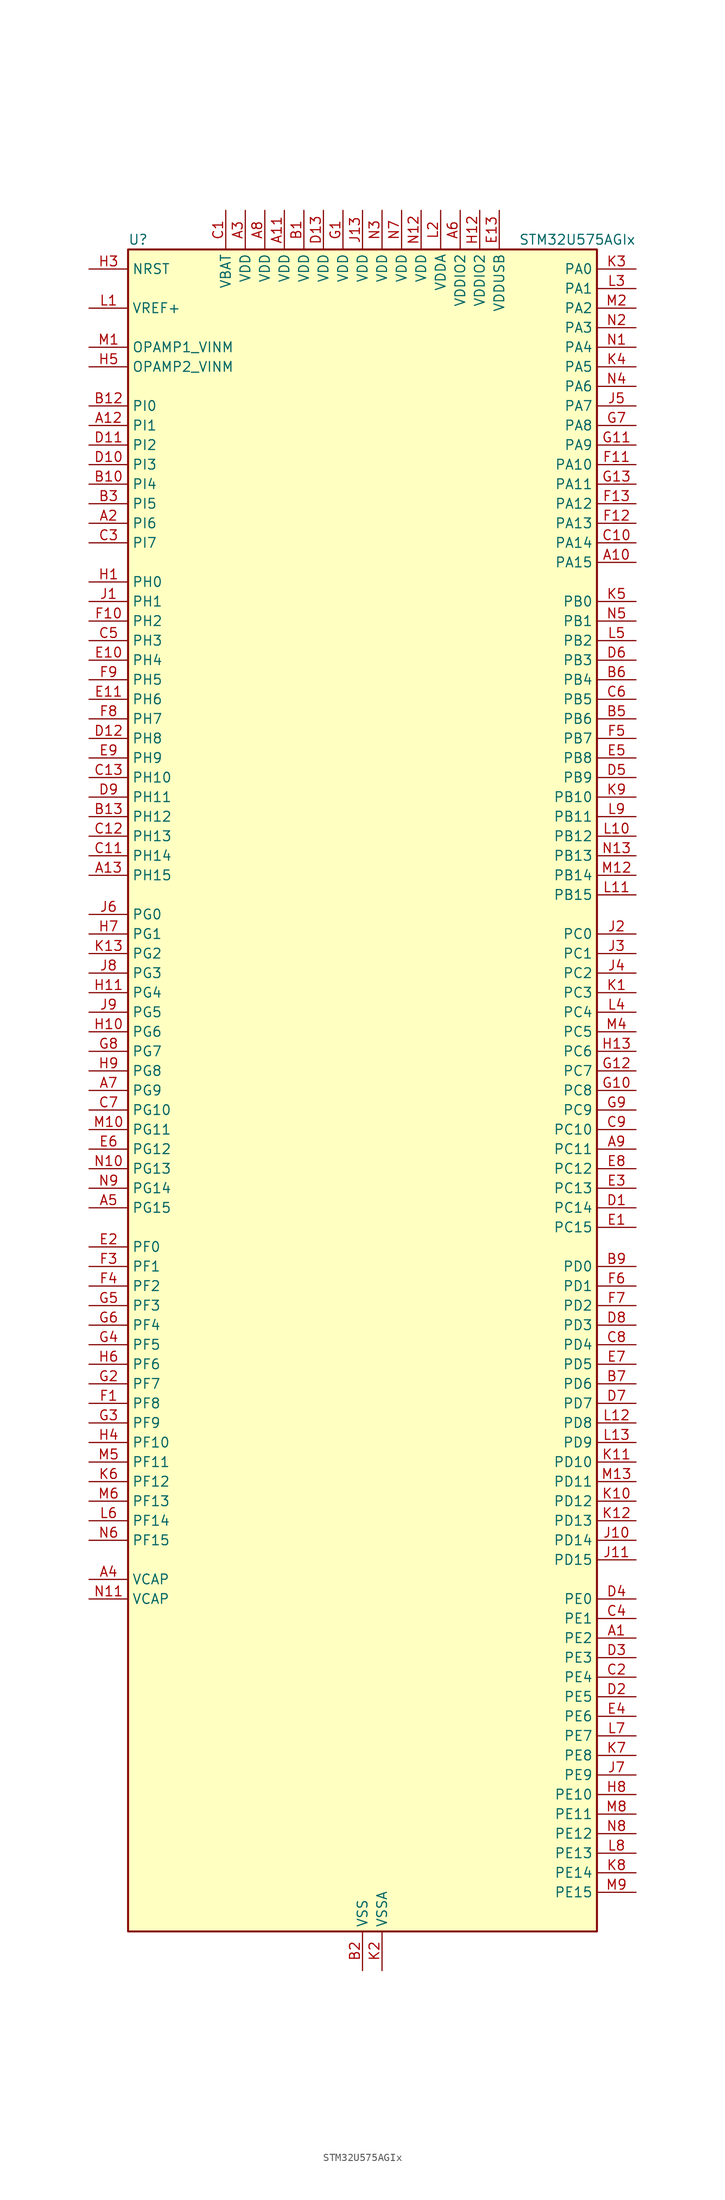
<source format=kicad_sym>
(kicad_symbol_lib
  (version 20211014)
  (generator kicad-library-utils)
  (symbol "STM32U575AGIx"
    (property "Reference" "U"
      (at -30.48 110.49 0)
      (effects (font (size 1.27 1.27)) (justify left)))
    (property "Value" "STM32U575AGIx"
      (at 20.32 110.49 0)
      (effects (font (size 1.27 1.27)) (justify left)))
    (property "ki_fp_filters" "*UFBGA*7x7mm*Layout13x13*P0.5mm*"
      (at 0.0 0.0 0.0)
      (effects (font (size 1.27 1.27))))
    (symbol "STM32U575AGIx_0_1"
      (rectangle (start -30.48 -109.22) (end 30.48 109.22) (stroke (width 0.254)) (fill (type background))))
    (symbol "STM32U575AGIx_1_1"
      (pin input line (at -35.56 106.68 0) (length 5.08) (name "NRST" (effects (font (size 1.27 1.27)))) (number "H3" (effects (font (size 1.27 1.27)))))
      (pin input line (at -35.56 101.6 0) (length 5.08) (name "VREF+" (effects (font (size 1.27 1.27)))) (number "L1" (effects (font (size 1.27 1.27)))) (alternate "VREFBUF_OUT" bidirectional line))
      (pin bidirectional line (at -35.56 96.52 0) (length 5.08) (name "OPAMP1_VINM" (effects (font (size 1.27 1.27)))) (number "M1" (effects (font (size 1.27 1.27)))) (alternate "OPAMP1_VINM" bidirectional line))
      (pin bidirectional line (at -35.56 93.98 0) (length 5.08) (name "OPAMP2_VINM" (effects (font (size 1.27 1.27)))) (number "H5" (effects (font (size 1.27 1.27)))) (alternate "OPAMP2_VINM" bidirectional line))
      (pin bidirectional line (at -35.56 88.9 0) (length 5.08) (name "PI0" (effects (font (size 1.27 1.27)))) (number "B12" (effects (font (size 1.27 1.27)))) (alternate "DCMI_D13" bidirectional line) (alternate "OCTOSPIM_P1_IO5" bidirectional line) (alternate "PSSI_D13" bidirectional line) (alternate "SPI2_NSS" bidirectional line) (alternate "TIM5_CH4" bidirectional line))
      (pin bidirectional line (at -35.56 86.36 0) (length 5.08) (name "PI1" (effects (font (size 1.27 1.27)))) (number "A12" (effects (font (size 1.27 1.27)))) (alternate "DCMI_D8" bidirectional line) (alternate "OCTOSPIM_P2_IO2" bidirectional line) (alternate "PSSI_D8" bidirectional line) (alternate "SPI2_SCK" bidirectional line))
      (pin bidirectional line (at -35.56 83.82 0) (length 5.08) (name "PI2" (effects (font (size 1.27 1.27)))) (number "D11" (effects (font (size 1.27 1.27)))) (alternate "DCMI_D9" bidirectional line) (alternate "OCTOSPIM_P2_IO1" bidirectional line) (alternate "PSSI_D9" bidirectional line) (alternate "SPI2_MISO" bidirectional line) (alternate "TIM8_CH4" bidirectional line))
      (pin bidirectional line (at -35.56 81.28 0) (length 5.08) (name "PI3" (effects (font (size 1.27 1.27)))) (number "D10" (effects (font (size 1.27 1.27)))) (alternate "DCMI_D10" bidirectional line) (alternate "OCTOSPIM_P2_IO0" bidirectional line) (alternate "PSSI_D10" bidirectional line) (alternate "SPI2_MOSI" bidirectional line) (alternate "TIM8_ETR" bidirectional line))
      (pin bidirectional line (at -35.56 78.74 0) (length 5.08) (name "PI4" (effects (font (size 1.27 1.27)))) (number "B10" (effects (font (size 1.27 1.27)))) (alternate "DCMI_D5" bidirectional line) (alternate "PSSI_D5" bidirectional line) (alternate "SPI2_RDY" bidirectional line) (alternate "TIM8_BKIN" bidirectional line))
      (pin bidirectional line (at -35.56 76.2 0) (length 5.08) (name "PI5" (effects (font (size 1.27 1.27)))) (number "B3" (effects (font (size 1.27 1.27)))) (alternate "DCMI_VSYNC" bidirectional line) (alternate "OCTOSPIM_P2_NCS" bidirectional line) (alternate "PSSI_RDY" bidirectional line) (alternate "TIM8_CH1" bidirectional line))
      (pin bidirectional line (at -35.56 73.66 0) (length 5.08) (name "PI6" (effects (font (size 1.27 1.27)))) (number "A2" (effects (font (size 1.27 1.27)))) (alternate "DCMI_D6" bidirectional line) (alternate "OCTOSPIM_P2_CLK" bidirectional line) (alternate "PSSI_D6" bidirectional line) (alternate "TIM8_CH2" bidirectional line))
      (pin bidirectional line (at -35.56 71.12 0) (length 5.08) (name "PI7" (effects (font (size 1.27 1.27)))) (number "C3" (effects (font (size 1.27 1.27)))) (alternate "DCMI_D7" bidirectional line) (alternate "OCTOSPIM_P2_NCLK" bidirectional line) (alternate "PSSI_D7" bidirectional line) (alternate "TIM8_CH3" bidirectional line))
      (pin bidirectional line (at -35.56 66.04 0) (length 5.08) (name "PH0" (effects (font (size 1.27 1.27)))) (number "H1" (effects (font (size 1.27 1.27)))) (alternate "RCC_OSC_IN" bidirectional line))
      (pin bidirectional line (at -35.56 63.5 0) (length 5.08) (name "PH1" (effects (font (size 1.27 1.27)))) (number "J1" (effects (font (size 1.27 1.27)))) (alternate "RCC_OSC_OUT" bidirectional line))
      (pin bidirectional line (at -35.56 60.96 0) (length 5.08) (name "PH2" (effects (font (size 1.27 1.27)))) (number "F10" (effects (font (size 1.27 1.27)))) (alternate "OCTOSPIM_P1_IO4" bidirectional line))
      (pin bidirectional line (at -35.56 58.42 0) (length 5.08) (name "PH3" (effects (font (size 1.27 1.27)))) (number "C5" (effects (font (size 1.27 1.27)))))
      (pin bidirectional line (at -35.56 55.88 0) (length 5.08) (name "PH4" (effects (font (size 1.27 1.27)))) (number "E10" (effects (font (size 1.27 1.27)))) (alternate "I2C2_SCL" bidirectional line) (alternate "OCTOSPIM_P2_DQS" bidirectional line) (alternate "PSSI_D14" bidirectional line))
      (pin bidirectional line (at -35.56 53.34 0) (length 5.08) (name "PH5" (effects (font (size 1.27 1.27)))) (number "F9" (effects (font (size 1.27 1.27)))) (alternate "DCMI_PIXCLK" bidirectional line) (alternate "I2C2_SDA" bidirectional line) (alternate "PSSI_PDCK" bidirectional line))
      (pin bidirectional line (at -35.56 50.8 0) (length 5.08) (name "PH6" (effects (font (size 1.27 1.27)))) (number "E11" (effects (font (size 1.27 1.27)))) (alternate "DCMI_D8" bidirectional line) (alternate "I2C2_SMBA" bidirectional line) (alternate "OCTOSPIM_P2_CLK" bidirectional line) (alternate "PSSI_D8" bidirectional line))
      (pin bidirectional line (at -35.56 48.26 0) (length 5.08) (name "PH7" (effects (font (size 1.27 1.27)))) (number "F8" (effects (font (size 1.27 1.27)))) (alternate "DCMI_D9" bidirectional line) (alternate "I2C3_SCL" bidirectional line) (alternate "OCTOSPIM_P2_NCLK" bidirectional line) (alternate "PSSI_D9" bidirectional line))
      (pin bidirectional line (at -35.56 45.72 0) (length 5.08) (name "PH8" (effects (font (size 1.27 1.27)))) (number "D12" (effects (font (size 1.27 1.27)))) (alternate "DCMI_HSYNC" bidirectional line) (alternate "I2C3_SDA" bidirectional line) (alternate "OCTOSPIM_P2_IO3" bidirectional line) (alternate "PSSI_DE" bidirectional line))
      (pin bidirectional line (at -35.56 43.18 0) (length 5.08) (name "PH9" (effects (font (size 1.27 1.27)))) (number "E9" (effects (font (size 1.27 1.27)))) (alternate "DAC1_EXTI9" bidirectional line) (alternate "DCMI_D0" bidirectional line) (alternate "I2C3_SMBA" bidirectional line) (alternate "OCTOSPIM_P2_IO4" bidirectional line) (alternate "PSSI_D0" bidirectional line))
      (pin bidirectional line (at -35.56 40.64 0) (length 5.08) (name "PH10" (effects (font (size 1.27 1.27)))) (number "C13" (effects (font (size 1.27 1.27)))) (alternate "DCMI_D1" bidirectional line) (alternate "OCTOSPIM_P2_IO5" bidirectional line) (alternate "PSSI_D1" bidirectional line) (alternate "TIM5_CH1" bidirectional line))
      (pin bidirectional line (at -35.56 38.1 0) (length 5.08) (name "PH11" (effects (font (size 1.27 1.27)))) (number "D9" (effects (font (size 1.27 1.27)))) (alternate "ADC1_EXTI11" bidirectional line) (alternate "DCMI_D2" bidirectional line) (alternate "OCTOSPIM_P2_IO6" bidirectional line) (alternate "PSSI_D2" bidirectional line) (alternate "TIM5_CH2" bidirectional line))
      (pin bidirectional line (at -35.56 35.56 0) (length 5.08) (name "PH12" (effects (font (size 1.27 1.27)))) (number "B13" (effects (font (size 1.27 1.27)))) (alternate "DCMI_D3" bidirectional line) (alternate "OCTOSPIM_P2_IO7" bidirectional line) (alternate "PSSI_D3" bidirectional line) (alternate "TIM5_CH3" bidirectional line) (alternate "TIM8_CH4N" bidirectional line))
      (pin bidirectional line (at -35.56 33.02 0) (length 5.08) (name "PH13" (effects (font (size 1.27 1.27)))) (number "C12" (effects (font (size 1.27 1.27)))) (alternate "FDCAN1_TX" bidirectional line) (alternate "TIM8_CH1N" bidirectional line))
      (pin bidirectional line (at -35.56 30.48 0) (length 5.08) (name "PH14" (effects (font (size 1.27 1.27)))) (number "C11" (effects (font (size 1.27 1.27)))) (alternate "DCMI_D4" bidirectional line) (alternate "FDCAN1_RX" bidirectional line) (alternate "PSSI_D4" bidirectional line) (alternate "TIM8_CH2N" bidirectional line))
      (pin bidirectional line (at -35.56 27.94 0) (length 5.08) (name "PH15" (effects (font (size 1.27 1.27)))) (number "A13" (effects (font (size 1.27 1.27)))) (alternate "ADC1_EXTI15" bidirectional line) (alternate "ADC4_EXTI15" bidirectional line) (alternate "DCMI_D11" bidirectional line) (alternate "OCTOSPIM_P2_IO6" bidirectional line) (alternate "PSSI_D11" bidirectional line) (alternate "TIM8_CH3N" bidirectional line))
      (pin bidirectional line (at -35.56 22.86 0) (length 5.08) (name "PG0" (effects (font (size 1.27 1.27)))) (number "J6" (effects (font (size 1.27 1.27)))) (alternate "ADC4_IN7" bidirectional line) (alternate "FMC_A10" bidirectional line) (alternate "OCTOSPIM_P2_IO4" bidirectional line) (alternate "TSC_G8_IO3" bidirectional line))
      (pin bidirectional line (at -35.56 20.32 0) (length 5.08) (name "PG1" (effects (font (size 1.27 1.27)))) (number "H7" (effects (font (size 1.27 1.27)))) (alternate "ADC4_IN8" bidirectional line) (alternate "FMC_A11" bidirectional line) (alternate "OCTOSPIM_P2_IO5" bidirectional line) (alternate "TSC_G8_IO4" bidirectional line))
      (pin bidirectional line (at -35.56 17.78 0) (length 5.08) (name "PG2" (effects (font (size 1.27 1.27)))) (number "K13" (effects (font (size 1.27 1.27)))) (alternate "FMC_A12" bidirectional line) (alternate "SAI2_SCK_B" bidirectional line) (alternate "SPI1_SCK" bidirectional line))
      (pin bidirectional line (at -35.56 15.24 0) (length 5.08) (name "PG3" (effects (font (size 1.27 1.27)))) (number "J8" (effects (font (size 1.27 1.27)))) (alternate "FMC_A13" bidirectional line) (alternate "SAI2_FS_B" bidirectional line) (alternate "SPI1_MISO" bidirectional line))
      (pin bidirectional line (at -35.56 12.7 0) (length 5.08) (name "PG4" (effects (font (size 1.27 1.27)))) (number "H11" (effects (font (size 1.27 1.27)))) (alternate "FMC_A14" bidirectional line) (alternate "SAI2_MCLK_B" bidirectional line) (alternate "SPI1_MOSI" bidirectional line))
      (pin bidirectional line (at -35.56 10.16 0) (length 5.08) (name "PG5" (effects (font (size 1.27 1.27)))) (number "J9" (effects (font (size 1.27 1.27)))) (alternate "FMC_A15" bidirectional line) (alternate "LPUART1_CTS" bidirectional line) (alternate "SAI2_SD_B" bidirectional line) (alternate "SPI1_NSS" bidirectional line))
      (pin bidirectional line (at -35.56 7.62 0) (length 5.08) (name "PG6" (effects (font (size 1.27 1.27)))) (number "H10" (effects (font (size 1.27 1.27)))) (alternate "I2C3_SMBA" bidirectional line) (alternate "LPUART1_DE" bidirectional line) (alternate "LPUART1_RTS" bidirectional line) (alternate "OCTOSPIM_P1_DQS" bidirectional line) (alternate "SPI1_RDY" bidirectional line) (alternate "UCPD1_FRSTX1" bidirectional line))
      (pin bidirectional line (at -35.56 5.08 0) (length 5.08) (name "PG7" (effects (font (size 1.27 1.27)))) (number "G8" (effects (font (size 1.27 1.27)))) (alternate "FMC_INT" bidirectional line) (alternate "I2C3_SCL" bidirectional line) (alternate "LPUART1_TX" bidirectional line) (alternate "MDF1_CCK0" bidirectional line) (alternate "OCTOSPIM_P2_DQS" bidirectional line) (alternate "SAI1_CK1" bidirectional line) (alternate "SAI1_MCLK_A" bidirectional line) (alternate "UCPD1_FRSTX2" bidirectional line))
      (pin bidirectional line (at -35.56 2.54 0) (length 5.08) (name "PG8" (effects (font (size 1.27 1.27)))) (number "H9" (effects (font (size 1.27 1.27)))) (alternate "I2C3_SDA" bidirectional line) (alternate "LPUART1_RX" bidirectional line))
      (pin bidirectional line (at -35.56 0.0 0) (length 5.08) (name "PG9" (effects (font (size 1.27 1.27)))) (number "A7" (effects (font (size 1.27 1.27)))) (alternate "DAC1_EXTI9" bidirectional line) (alternate "FMC_NCE" bidirectional line) (alternate "FMC_NE2" bidirectional line) (alternate "OCTOSPIM_P2_IO6" bidirectional line) (alternate "SAI2_SCK_A" bidirectional line) (alternate "SPI3_SCK" bidirectional line) (alternate "TIM15_CH1N" bidirectional line) (alternate "USART1_TX" bidirectional line))
      (pin bidirectional line (at -35.56 -2.54 0) (length 5.08) (name "PG10" (effects (font (size 1.27 1.27)))) (number "C7" (effects (font (size 1.27 1.27)))) (alternate "FMC_NE3" bidirectional line) (alternate "LPTIM1_IN1" bidirectional line) (alternate "OCTOSPIM_P2_IO7" bidirectional line) (alternate "SAI2_FS_A" bidirectional line) (alternate "SPI3_MISO" bidirectional line) (alternate "TIM15_CH1" bidirectional line) (alternate "USART1_RX" bidirectional line))
      (pin bidirectional line (at -35.56 -5.08 0) (length 5.08) (name "PG11" (effects (font (size 1.27 1.27)))) (number "M10" (effects (font (size 1.27 1.27)))) (alternate "ADC1_EXTI11" bidirectional line) (alternate "LPTIM1_IN2" bidirectional line) (alternate "OCTOSPIM_P1_IO5" bidirectional line) (alternate "SAI2_MCLK_A" bidirectional line) (alternate "SPI3_MOSI" bidirectional line) (alternate "TIM15_CH2" bidirectional line) (alternate "USART1_CTS" bidirectional line))
      (pin bidirectional line (at -35.56 -7.62 0) (length 5.08) (name "PG12" (effects (font (size 1.27 1.27)))) (number "E6" (effects (font (size 1.27 1.27)))) (alternate "FMC_NE4" bidirectional line) (alternate "LPTIM1_ETR" bidirectional line) (alternate "OCTOSPIM_P2_NCS" bidirectional line) (alternate "SAI2_SD_A" bidirectional line) (alternate "SPI3_NSS" bidirectional line) (alternate "USART1_DE" bidirectional line) (alternate "USART1_RTS" bidirectional line))
      (pin bidirectional line (at -35.56 -10.16 0) (length 5.08) (name "PG13" (effects (font (size 1.27 1.27)))) (number "N10" (effects (font (size 1.27 1.27)))) (alternate "FMC_A24" bidirectional line) (alternate "I2C1_SDA" bidirectional line) (alternate "SPI3_RDY" bidirectional line) (alternate "USART1_CK" bidirectional line))
      (pin bidirectional line (at -35.56 -12.7 0) (length 5.08) (name "PG14" (effects (font (size 1.27 1.27)))) (number "N9" (effects (font (size 1.27 1.27)))) (alternate "FMC_A25" bidirectional line) (alternate "I2C1_SCL" bidirectional line) (alternate "LPTIM1_CH2" bidirectional line))
      (pin bidirectional line (at -35.56 -15.24 0) (length 5.08) (name "PG15" (effects (font (size 1.27 1.27)))) (number "A5" (effects (font (size 1.27 1.27)))) (alternate "ADC1_EXTI15" bidirectional line) (alternate "ADC4_EXTI15" bidirectional line) (alternate "DCMI_D13" bidirectional line) (alternate "I2C1_SMBA" bidirectional line) (alternate "LPTIM1_CH1" bidirectional line) (alternate "OCTOSPIM_P2_DQS" bidirectional line) (alternate "PSSI_D13" bidirectional line))
      (pin bidirectional line (at -35.56 -20.32 0) (length 5.08) (name "PF0" (effects (font (size 1.27 1.27)))) (number "E2" (effects (font (size 1.27 1.27)))) (alternate "FMC_A0" bidirectional line) (alternate "I2C2_SDA" bidirectional line) (alternate "OCTOSPIM_P2_IO0" bidirectional line))
      (pin bidirectional line (at -35.56 -22.86 0) (length 5.08) (name "PF1" (effects (font (size 1.27 1.27)))) (number "F3" (effects (font (size 1.27 1.27)))) (alternate "FMC_A1" bidirectional line) (alternate "I2C2_SCL" bidirectional line) (alternate "OCTOSPIM_P2_IO1" bidirectional line))
      (pin bidirectional line (at -35.56 -25.4 0) (length 5.08) (name "PF2" (effects (font (size 1.27 1.27)))) (number "F4" (effects (font (size 1.27 1.27)))) (alternate "FMC_A2" bidirectional line) (alternate "I2C2_SMBA" bidirectional line) (alternate "LPTIM3_CH2" bidirectional line) (alternate "OCTOSPIM_P2_IO2" bidirectional line) (alternate "PWR_WKUP8" bidirectional line))
      (pin bidirectional line (at -35.56 -27.94 0) (length 5.08) (name "PF3" (effects (font (size 1.27 1.27)))) (number "G5" (effects (font (size 1.27 1.27)))) (alternate "FMC_A3" bidirectional line) (alternate "LPTIM3_IN1" bidirectional line) (alternate "OCTOSPIM_P2_IO3" bidirectional line))
      (pin bidirectional line (at -35.56 -30.48 0) (length 5.08) (name "PF4" (effects (font (size 1.27 1.27)))) (number "G6" (effects (font (size 1.27 1.27)))) (alternate "FMC_A4" bidirectional line) (alternate "LPTIM3_ETR" bidirectional line) (alternate "OCTOSPIM_P2_CLK" bidirectional line))
      (pin bidirectional line (at -35.56 -33.02 0) (length 5.08) (name "PF5" (effects (font (size 1.27 1.27)))) (number "G4" (effects (font (size 1.27 1.27)))) (alternate "FMC_A5" bidirectional line) (alternate "LPTIM3_CH1" bidirectional line) (alternate "OCTOSPIM_P2_NCLK" bidirectional line))
      (pin bidirectional line (at -35.56 -35.56 0) (length 5.08) (name "PF6" (effects (font (size 1.27 1.27)))) (number "H6" (effects (font (size 1.27 1.27)))) (alternate "DCMI_D12" bidirectional line) (alternate "OCTOSPIM_P1_IO3" bidirectional line) (alternate "OCTOSPIM_P2_NCS" bidirectional line) (alternate "PSSI_D12" bidirectional line) (alternate "SAI1_SD_B" bidirectional line) (alternate "TIM5_CH1" bidirectional line) (alternate "TIM5_ETR" bidirectional line))
      (pin bidirectional line (at -35.56 -38.1 0) (length 5.08) (name "PF7" (effects (font (size 1.27 1.27)))) (number "G2" (effects (font (size 1.27 1.27)))) (alternate "FDCAN1_RX" bidirectional line) (alternate "OCTOSPIM_P1_IO2" bidirectional line) (alternate "SAI1_MCLK_B" bidirectional line) (alternate "TIM5_CH2" bidirectional line))
      (pin bidirectional line (at -35.56 -40.64 0) (length 5.08) (name "PF8" (effects (font (size 1.27 1.27)))) (number "F1" (effects (font (size 1.27 1.27)))) (alternate "FDCAN1_TX" bidirectional line) (alternate "OCTOSPIM_P1_IO0" bidirectional line) (alternate "PSSI_D14" bidirectional line) (alternate "SAI1_SCK_B" bidirectional line) (alternate "TIM5_CH3" bidirectional line))
      (pin bidirectional line (at -35.56 -43.18 0) (length 5.08) (name "PF9" (effects (font (size 1.27 1.27)))) (number "G3" (effects (font (size 1.27 1.27)))) (alternate "DAC1_EXTI9" bidirectional line) (alternate "OCTOSPIM_P1_IO1" bidirectional line) (alternate "PSSI_D15" bidirectional line) (alternate "SAI1_FS_B" bidirectional line) (alternate "TIM15_CH1" bidirectional line) (alternate "TIM5_CH4" bidirectional line))
      (pin bidirectional line (at -35.56 -45.72 0) (length 5.08) (name "PF10" (effects (font (size 1.27 1.27)))) (number "H4" (effects (font (size 1.27 1.27)))) (alternate "DCMI_D11" bidirectional line) (alternate "MDF1_CCK1" bidirectional line) (alternate "OCTOSPIM_P1_CLK" bidirectional line) (alternate "PSSI_D11" bidirectional line) (alternate "PSSI_D15" bidirectional line) (alternate "SAI1_D3" bidirectional line) (alternate "TIM15_CH2" bidirectional line))
      (pin bidirectional line (at -35.56 -48.26 0) (length 5.08) (name "PF11" (effects (font (size 1.27 1.27)))) (number "M5" (effects (font (size 1.27 1.27)))) (alternate "ADC1_EXTI11" bidirectional line) (alternate "DCMI_D12" bidirectional line) (alternate "LPTIM4_IN1" bidirectional line) (alternate "OCTOSPIM_P1_NCLK" bidirectional line) (alternate "PSSI_D12" bidirectional line))
      (pin bidirectional line (at -35.56 -50.8 0) (length 5.08) (name "PF12" (effects (font (size 1.27 1.27)))) (number "K6" (effects (font (size 1.27 1.27)))) (alternate "FMC_A6" bidirectional line) (alternate "LPTIM4_ETR" bidirectional line) (alternate "OCTOSPIM_P2_DQS" bidirectional line))
      (pin bidirectional line (at -35.56 -53.34 0) (length 5.08) (name "PF13" (effects (font (size 1.27 1.27)))) (number "M6" (effects (font (size 1.27 1.27)))) (alternate "FMC_A7" bidirectional line) (alternate "I2C4_SMBA" bidirectional line) (alternate "LPTIM4_OUT" bidirectional line) (alternate "UCPD1_FRSTX2" bidirectional line))
      (pin bidirectional line (at -35.56 -55.88 0) (length 5.08) (name "PF14" (effects (font (size 1.27 1.27)))) (number "L6" (effects (font (size 1.27 1.27)))) (alternate "ADC4_IN5" bidirectional line) (alternate "FMC_A8" bidirectional line) (alternate "I2C4_SCL" bidirectional line) (alternate "TSC_G8_IO1" bidirectional line))
      (pin bidirectional line (at -35.56 -58.42 0) (length 5.08) (name "PF15" (effects (font (size 1.27 1.27)))) (number "N6" (effects (font (size 1.27 1.27)))) (alternate "ADC1_EXTI15" bidirectional line) (alternate "ADC4_EXTI15" bidirectional line) (alternate "ADC4_IN6" bidirectional line) (alternate "FMC_A9" bidirectional line) (alternate "I2C4_SDA" bidirectional line) (alternate "TSC_G8_IO2" bidirectional line))
      (pin power_out line (at -35.56 -63.5 0) (length 5.08) (name "VCAP" (effects (font (size 1.27 1.27)))) (number "A4" (effects (font (size 1.27 1.27)))))
      (pin power_out line (at -35.56 -66.04 0) (length 5.08) (name "VCAP" (effects (font (size 1.27 1.27)))) (number "N11" (effects (font (size 1.27 1.27)))))
      (pin bidirectional line (at 35.56 106.68 180) (length 5.08) (name "PA0" (effects (font (size 1.27 1.27)))) (number "K3" (effects (font (size 1.27 1.27)))) (alternate "ADC1_IN5" bidirectional line) (alternate "AUDIOCLK" bidirectional line) (alternate "OCTOSPIM_P2_NCS" bidirectional line) (alternate "OPAMP1_VINP" bidirectional line) (alternate "PWR_WKUP1" bidirectional line) (alternate "SDMMC2_CMD" bidirectional line) (alternate "SPI3_RDY" bidirectional line) (alternate "TAMP_IN2" bidirectional line) (alternate "TAMP_OUT1" bidirectional line) (alternate "TIM2_CH1" bidirectional line) (alternate "TIM2_ETR" bidirectional line) (alternate "TIM5_CH1" bidirectional line) (alternate "TIM8_ETR" bidirectional line) (alternate "UART4_TX" bidirectional line) (alternate "USART2_CTS" bidirectional line))
      (pin bidirectional line (at 35.56 104.14 180) (length 5.08) (name "PA1" (effects (font (size 1.27 1.27)))) (number "L3" (effects (font (size 1.27 1.27)))) (alternate "ADC1_IN6" bidirectional line) (alternate "I2C1_SMBA" bidirectional line) (alternate "LPTIM1_CH2" bidirectional line) (alternate "OCTOSPIM_P1_DQS" bidirectional line) (alternate "OPAMP1_VINM" bidirectional line) (alternate "PWR_WKUP3" bidirectional line) (alternate "SPI1_SCK" bidirectional line) (alternate "TAMP_IN5" bidirectional line) (alternate "TAMP_OUT4" bidirectional line) (alternate "TIM15_CH1N" bidirectional line) (alternate "TIM2_CH2" bidirectional line) (alternate "TIM5_CH2" bidirectional line) (alternate "UART4_RX" bidirectional line) (alternate "USART2_DE" bidirectional line) (alternate "USART2_RTS" bidirectional line))
      (pin bidirectional line (at 35.56 101.6 180) (length 5.08) (name "PA2" (effects (font (size 1.27 1.27)))) (number "M2" (effects (font (size 1.27 1.27)))) (alternate "ADC1_IN7" bidirectional line) (alternate "COMP1_INP" bidirectional line) (alternate "LPUART1_TX" bidirectional line) (alternate "OCTOSPIM_P1_NCS" bidirectional line) (alternate "PWR_WKUP4" bidirectional line) (alternate "RCC_LSCO" bidirectional line) (alternate "SPI1_RDY" bidirectional line) (alternate "TIM15_CH1" bidirectional line) (alternate "TIM2_CH3" bidirectional line) (alternate "TIM5_CH3" bidirectional line) (alternate "UCPD1_FRSTX1" bidirectional line) (alternate "USART2_TX" bidirectional line))
      (pin bidirectional line (at 35.56 99.06 180) (length 5.08) (name "PA3" (effects (font (size 1.27 1.27)))) (number "N2" (effects (font (size 1.27 1.27)))) (alternate "ADC1_IN8" bidirectional line) (alternate "LPUART1_RX" bidirectional line) (alternate "OCTOSPIM_P1_CLK" bidirectional line) (alternate "OPAMP1_VOUT" bidirectional line) (alternate "PWR_WKUP5" bidirectional line) (alternate "SAI1_CK1" bidirectional line) (alternate "SAI1_MCLK_A" bidirectional line) (alternate "TIM15_CH2" bidirectional line) (alternate "TIM2_CH4" bidirectional line) (alternate "TIM5_CH4" bidirectional line) (alternate "USART2_RX" bidirectional line))
      (pin bidirectional line (at 35.56 96.52 180) (length 5.08) (name "PA4" (effects (font (size 1.27 1.27)))) (number "N1" (effects (font (size 1.27 1.27)))) (alternate "ADC1_IN9" bidirectional line) (alternate "ADC4_IN9" bidirectional line) (alternate "DAC1_OUT1" bidirectional line) (alternate "DCMI_HSYNC" bidirectional line) (alternate "LPTIM2_CH1" bidirectional line) (alternate "OCTOSPIM_P1_NCS" bidirectional line) (alternate "PSSI_DE" bidirectional line) (alternate "PWR_WKUP2" bidirectional line) (alternate "SAI1_FS_B" bidirectional line) (alternate "SPI1_NSS" bidirectional line) (alternate "SPI3_NSS" bidirectional line) (alternate "USART2_CK" bidirectional line))
      (pin bidirectional line (at 35.56 93.98 180) (length 5.08) (name "PA5" (effects (font (size 1.27 1.27)))) (number "K4" (effects (font (size 1.27 1.27)))) (alternate "ADC1_IN10" bidirectional line) (alternate "ADC4_IN10" bidirectional line) (alternate "DAC1_OUT2" bidirectional line) (alternate "LPTIM2_ETR" bidirectional line) (alternate "PSSI_D14" bidirectional line) (alternate "PWR_CSLEEP" bidirectional line) (alternate "PWR_WKUP6" bidirectional line) (alternate "SPI1_SCK" bidirectional line) (alternate "TIM2_CH1" bidirectional line) (alternate "TIM2_ETR" bidirectional line) (alternate "TIM8_CH1N" bidirectional line) (alternate "USART3_RX" bidirectional line))
      (pin bidirectional line (at 35.56 91.44 180) (length 5.08) (name "PA6" (effects (font (size 1.27 1.27)))) (number "N4" (effects (font (size 1.27 1.27)))) (alternate "ADC1_IN11" bidirectional line) (alternate "ADC4_IN11" bidirectional line) (alternate "DCMI_PIXCLK" bidirectional line) (alternate "LPUART1_CTS" bidirectional line) (alternate "OCTOSPIM_P1_IO3" bidirectional line) (alternate "OPAMP2_VINP" bidirectional line) (alternate "PSSI_PDCK" bidirectional line) (alternate "PWR_CDSTOP" bidirectional line) (alternate "PWR_WKUP7" bidirectional line) (alternate "SPI1_MISO" bidirectional line) (alternate "TIM16_CH1" bidirectional line) (alternate "TIM1_BKIN" bidirectional line) (alternate "TIM3_CH1" bidirectional line) (alternate "TIM8_BKIN" bidirectional line) (alternate "USART3_CTS" bidirectional line))
      (pin bidirectional line (at 35.56 88.9 180) (length 5.08) (name "PA7" (effects (font (size 1.27 1.27)))) (number "J5" (effects (font (size 1.27 1.27)))) (alternate "ADC1_IN12" bidirectional line) (alternate "ADC4_IN20" bidirectional line) (alternate "I2C3_SCL" bidirectional line) (alternate "LPTIM2_CH2" bidirectional line) (alternate "OCTOSPIM_P1_IO2" bidirectional line) (alternate "OPAMP2_VINM" bidirectional line) (alternate "PWR_SRDSTOP" bidirectional line) (alternate "PWR_WKUP8" bidirectional line) (alternate "SPI1_MOSI" bidirectional line) (alternate "TIM17_CH1" bidirectional line) (alternate "TIM1_CH1N" bidirectional line) (alternate "TIM3_CH2" bidirectional line) (alternate "TIM8_CH1N" bidirectional line) (alternate "USART3_TX" bidirectional line))
      (pin bidirectional line (at 35.56 86.36 180) (length 5.08) (name "PA8" (effects (font (size 1.27 1.27)))) (number "G7" (effects (font (size 1.27 1.27)))) (alternate "DEBUG_TRACECLK" bidirectional line) (alternate "LPTIM2_CH1" bidirectional line) (alternate "RCC_MCO" bidirectional line) (alternate "SAI1_CK2" bidirectional line) (alternate "SAI1_SCK_A" bidirectional line) (alternate "SPI1_RDY" bidirectional line) (alternate "TIM1_CH1" bidirectional line) (alternate "USART1_CK" bidirectional line) (alternate "USB_OTG_FS_SOF" bidirectional line))
      (pin bidirectional line (at 35.56 83.82 180) (length 5.08) (name "PA9" (effects (font (size 1.27 1.27)))) (number "G11" (effects (font (size 1.27 1.27)))) (alternate "DAC1_EXTI9" bidirectional line) (alternate "DCMI_D0" bidirectional line) (alternate "PSSI_D0" bidirectional line) (alternate "SAI1_FS_A" bidirectional line) (alternate "SPI2_SCK" bidirectional line) (alternate "TIM15_BKIN" bidirectional line) (alternate "TIM1_CH2" bidirectional line) (alternate "USART1_TX" bidirectional line) (alternate "USB_OTG_FS_VBUS" bidirectional line))
      (pin bidirectional line (at 35.56 81.28 180) (length 5.08) (name "PA10" (effects (font (size 1.27 1.27)))) (number "F11" (effects (font (size 1.27 1.27)))) (alternate "CRS_SYNC" bidirectional line) (alternate "DCMI_D1" bidirectional line) (alternate "LPTIM2_IN2" bidirectional line) (alternate "PSSI_D1" bidirectional line) (alternate "SAI1_D1" bidirectional line) (alternate "SAI1_SD_A" bidirectional line) (alternate "TIM17_BKIN" bidirectional line) (alternate "TIM1_CH3" bidirectional line) (alternate "USART1_RX" bidirectional line) (alternate "USB_OTG_FS_ID" bidirectional line))
      (pin bidirectional line (at 35.56 78.74 180) (length 5.08) (name "PA11" (effects (font (size 1.27 1.27)))) (number "G13" (effects (font (size 1.27 1.27)))) (alternate "ADC1_EXTI11" bidirectional line) (alternate "FDCAN1_RX" bidirectional line) (alternate "SPI1_MISO" bidirectional line) (alternate "TIM1_BKIN2" bidirectional line) (alternate "TIM1_CH4" bidirectional line) (alternate "USART1_CTS" bidirectional line) (alternate "USB_OTG_FS_DM" bidirectional line))
      (pin bidirectional line (at 35.56 76.2 180) (length 5.08) (name "PA12" (effects (font (size 1.27 1.27)))) (number "F13" (effects (font (size 1.27 1.27)))) (alternate "FDCAN1_TX" bidirectional line) (alternate "OCTOSPIM_P2_NCS" bidirectional line) (alternate "SPI1_MOSI" bidirectional line) (alternate "TIM1_ETR" bidirectional line) (alternate "USART1_DE" bidirectional line) (alternate "USART1_RTS" bidirectional line) (alternate "USB_OTG_FS_DP" bidirectional line))
      (pin bidirectional line (at 35.56 73.66 180) (length 5.08) (name "PA13" (effects (font (size 1.27 1.27)))) (number "F12" (effects (font (size 1.27 1.27)))) (alternate "DEBUG_JTMS-SWDIO" bidirectional line) (alternate "IR_OUT" bidirectional line) (alternate "SAI1_SD_B" bidirectional line) (alternate "USB_OTG_FS_NOE" bidirectional line))
      (pin bidirectional line (at 35.56 71.12 180) (length 5.08) (name "PA14" (effects (font (size 1.27 1.27)))) (number "C10" (effects (font (size 1.27 1.27)))) (alternate "DEBUG_JTCK-SWCLK" bidirectional line) (alternate "I2C1_SMBA" bidirectional line) (alternate "I2C4_SMBA" bidirectional line) (alternate "LPTIM1_CH1" bidirectional line) (alternate "SAI1_FS_B" bidirectional line) (alternate "USB_OTG_FS_SOF" bidirectional line))
      (pin bidirectional line (at 35.56 68.58 180) (length 5.08) (name "PA15" (effects (font (size 1.27 1.27)))) (number "A10" (effects (font (size 1.27 1.27)))) (alternate "ADC1_EXTI15" bidirectional line) (alternate "ADC4_EXTI15" bidirectional line) (alternate "DEBUG_JTDI" bidirectional line) (alternate "SAI2_FS_B" bidirectional line) (alternate "SPI1_NSS" bidirectional line) (alternate "SPI3_NSS" bidirectional line) (alternate "TIM2_CH1" bidirectional line) (alternate "TIM2_ETR" bidirectional line) (alternate "UART4_DE" bidirectional line) (alternate "UART4_RTS" bidirectional line) (alternate "UCPD1_CC1" bidirectional line) (alternate "USART2_RX" bidirectional line) (alternate "USART3_DE" bidirectional line) (alternate "USART3_RTS" bidirectional line))
      (pin bidirectional line (at 35.56 63.5 180) (length 5.08) (name "PB0" (effects (font (size 1.27 1.27)))) (number "K5" (effects (font (size 1.27 1.27)))) (alternate "ADC1_IN15" bidirectional line) (alternate "ADC4_IN18" bidirectional line) (alternate "AUDIOCLK" bidirectional line) (alternate "COMP1_OUT" bidirectional line) (alternate "LPTIM3_CH1" bidirectional line) (alternate "OCTOSPIM_P1_IO1" bidirectional line) (alternate "OPAMP2_VOUT" bidirectional line) (alternate "SPI1_NSS" bidirectional line) (alternate "TIM1_CH2N" bidirectional line) (alternate "TIM3_CH3" bidirectional line) (alternate "TIM8_CH2N" bidirectional line) (alternate "USART3_CK" bidirectional line))
      (pin bidirectional line (at 35.56 60.96 180) (length 5.08) (name "PB1" (effects (font (size 1.27 1.27)))) (number "N5" (effects (font (size 1.27 1.27)))) (alternate "ADC1_IN16" bidirectional line) (alternate "ADC4_IN19" bidirectional line) (alternate "COMP1_INM" bidirectional line) (alternate "LPTIM2_IN1" bidirectional line) (alternate "LPTIM3_CH2" bidirectional line) (alternate "LPUART1_DE" bidirectional line) (alternate "LPUART1_RTS" bidirectional line) (alternate "MDF1_SDI0" bidirectional line) (alternate "OCTOSPIM_P1_IO0" bidirectional line) (alternate "PWR_WKUP4" bidirectional line) (alternate "TIM1_CH3N" bidirectional line) (alternate "TIM3_CH4" bidirectional line) (alternate "TIM8_CH3N" bidirectional line) (alternate "USART3_DE" bidirectional line) (alternate "USART3_RTS" bidirectional line))
      (pin bidirectional line (at 35.56 58.42 180) (length 5.08) (name "PB2" (effects (font (size 1.27 1.27)))) (number "L5" (effects (font (size 1.27 1.27)))) (alternate "ADC1_IN17" bidirectional line) (alternate "COMP1_INP" bidirectional line) (alternate "I2C3_SMBA" bidirectional line) (alternate "LPTIM1_CH1" bidirectional line) (alternate "MDF1_CKI0" bidirectional line) (alternate "OCTOSPIM_P1_DQS" bidirectional line) (alternate "PWR_WKUP1" bidirectional line) (alternate "RTC_OUT2" bidirectional line) (alternate "SPI1_RDY" bidirectional line) (alternate "TIM8_CH4N" bidirectional line) (alternate "UCPD1_FRSTX1" bidirectional line))
      (pin bidirectional line (at 35.56 55.88 180) (length 5.08) (name "PB3" (effects (font (size 1.27 1.27)))) (number "D6" (effects (font (size 1.27 1.27)))) (alternate "ADF1_CCK0" bidirectional line) (alternate "COMP2_INM" bidirectional line) (alternate "CRS_SYNC" bidirectional line) (alternate "DEBUG_JTDO-SWO" bidirectional line) (alternate "I2C1_SDA" bidirectional line) (alternate "LPTIM1_CH1" bidirectional line) (alternate "SAI1_SCK_B" bidirectional line) (alternate "SDMMC2_D2" bidirectional line) (alternate "SPI1_SCK" bidirectional line) (alternate "SPI3_SCK" bidirectional line) (alternate "TIM2_CH2" bidirectional line) (alternate "USART1_DE" bidirectional line) (alternate "USART1_RTS" bidirectional line))
      (pin bidirectional line (at 35.56 53.34 180) (length 5.08) (name "PB4" (effects (font (size 1.27 1.27)))) (number "B6" (effects (font (size 1.27 1.27)))) (alternate "ADF1_SDI0" bidirectional line) (alternate "COMP2_INP" bidirectional line) (alternate "DCMI_D12" bidirectional line) (alternate "DEBUG_JTRST" bidirectional line) (alternate "I2C3_SDA" bidirectional line) (alternate "LPTIM1_CH2" bidirectional line) (alternate "PSSI_D12" bidirectional line) (alternate "SAI1_MCLK_B" bidirectional line) (alternate "SDMMC2_D3" bidirectional line) (alternate "SPI1_MISO" bidirectional line) (alternate "SPI3_MISO" bidirectional line) (alternate "TIM17_BKIN" bidirectional line) (alternate "TIM3_CH1" bidirectional line) (alternate "TSC_G2_IO1" bidirectional line) (alternate "UART5_DE" bidirectional line) (alternate "UART5_RTS" bidirectional line) (alternate "USART1_CTS" bidirectional line))
      (pin bidirectional line (at 35.56 50.8 180) (length 5.08) (name "PB5" (effects (font (size 1.27 1.27)))) (number "C6" (effects (font (size 1.27 1.27)))) (alternate "COMP2_OUT" bidirectional line) (alternate "DCMI_D10" bidirectional line) (alternate "I2C1_SMBA" bidirectional line) (alternate "LPTIM1_IN1" bidirectional line) (alternate "OCTOSPIM_P1_NCLK" bidirectional line) (alternate "PSSI_D10" bidirectional line) (alternate "PWR_WKUP6" bidirectional line) (alternate "SAI1_SD_B" bidirectional line) (alternate "SPI1_MOSI" bidirectional line) (alternate "SPI3_MOSI" bidirectional line) (alternate "TIM16_BKIN" bidirectional line) (alternate "TIM3_CH2" bidirectional line) (alternate "TSC_G2_IO2" bidirectional line) (alternate "UART5_CTS" bidirectional line) (alternate "UCPD1_DBCC1" bidirectional line) (alternate "USART1_CK" bidirectional line))
      (pin bidirectional line (at 35.56 48.26 180) (length 5.08) (name "PB6" (effects (font (size 1.27 1.27)))) (number "B5" (effects (font (size 1.27 1.27)))) (alternate "COMP2_INP" bidirectional line) (alternate "DCMI_D5" bidirectional line) (alternate "I2C1_SCL" bidirectional line) (alternate "I2C4_SCL" bidirectional line) (alternate "LPTIM1_ETR" bidirectional line) (alternate "MDF1_SDI5" bidirectional line) (alternate "PSSI_D5" bidirectional line) (alternate "PWR_WKUP3" bidirectional line) (alternate "SAI1_FS_B" bidirectional line) (alternate "TIM16_CH1N" bidirectional line) (alternate "TIM4_CH1" bidirectional line) (alternate "TIM8_BKIN2" bidirectional line) (alternate "TSC_G2_IO3" bidirectional line) (alternate "USART1_TX" bidirectional line))
      (pin bidirectional line (at 35.56 45.72 180) (length 5.08) (name "PB7" (effects (font (size 1.27 1.27)))) (number "F5" (effects (font (size 1.27 1.27)))) (alternate "COMP2_INM" bidirectional line) (alternate "DCMI_VSYNC" bidirectional line) (alternate "FMC_NL" bidirectional line) (alternate "I2C1_SDA" bidirectional line) (alternate "I2C4_SDA" bidirectional line) (alternate "LPTIM1_IN2" bidirectional line) (alternate "MDF1_CKI5" bidirectional line) (alternate "PSSI_RDY" bidirectional line) (alternate "PWR_PVD_IN" bidirectional line) (alternate "PWR_WKUP4" bidirectional line) (alternate "TIM17_CH1N" bidirectional line) (alternate "TIM4_CH2" bidirectional line) (alternate "TIM8_BKIN" bidirectional line) (alternate "TSC_G2_IO4" bidirectional line) (alternate "UART4_CTS" bidirectional line) (alternate "USART1_RX" bidirectional line))
      (pin bidirectional line (at 35.56 43.18 180) (length 5.08) (name "PB8" (effects (font (size 1.27 1.27)))) (number "E5" (effects (font (size 1.27 1.27)))) (alternate "DCMI_D6" bidirectional line) (alternate "FDCAN1_RX" bidirectional line) (alternate "I2C1_SCL" bidirectional line) (alternate "MDF1_CCK0" bidirectional line) (alternate "PSSI_D6" bidirectional line) (alternate "PWR_WKUP5" bidirectional line) (alternate "SAI1_CK1" bidirectional line) (alternate "SAI1_MCLK_A" bidirectional line) (alternate "SDMMC1_CKIN" bidirectional line) (alternate "SDMMC1_D4" bidirectional line) (alternate "SDMMC2_D4" bidirectional line) (alternate "SPI3_RDY" bidirectional line) (alternate "TIM16_CH1" bidirectional line) (alternate "TIM4_CH3" bidirectional line))
      (pin bidirectional line (at 35.56 40.64 180) (length 5.08) (name "PB9" (effects (font (size 1.27 1.27)))) (number "D5" (effects (font (size 1.27 1.27)))) (alternate "DAC1_EXTI9" bidirectional line) (alternate "DCMI_D7" bidirectional line) (alternate "FDCAN1_TX" bidirectional line) (alternate "I2C1_SDA" bidirectional line) (alternate "IR_OUT" bidirectional line) (alternate "PSSI_D7" bidirectional line) (alternate "SAI1_D2" bidirectional line) (alternate "SAI1_FS_A" bidirectional line) (alternate "SDMMC1_CDIR" bidirectional line) (alternate "SDMMC1_D5" bidirectional line) (alternate "SDMMC2_D5" bidirectional line) (alternate "SPI2_NSS" bidirectional line) (alternate "TIM17_CH1" bidirectional line) (alternate "TIM4_CH4" bidirectional line))
      (pin bidirectional line (at 35.56 38.1 180) (length 5.08) (name "PB10" (effects (font (size 1.27 1.27)))) (number "K9" (effects (font (size 1.27 1.27)))) (alternate "COMP1_OUT" bidirectional line) (alternate "I2C2_SCL" bidirectional line) (alternate "I2C4_SCL" bidirectional line) (alternate "LPTIM3_CH1" bidirectional line) (alternate "LPUART1_RX" bidirectional line) (alternate "OCTOSPIM_P1_CLK" bidirectional line) (alternate "PWR_WKUP8" bidirectional line) (alternate "SAI1_SCK_A" bidirectional line) (alternate "SPI2_SCK" bidirectional line) (alternate "TIM2_CH3" bidirectional line) (alternate "TSC_SYNC" bidirectional line) (alternate "USART3_TX" bidirectional line))
      (pin bidirectional line (at 35.56 35.56 180) (length 5.08) (name "PB11" (effects (font (size 1.27 1.27)))) (number "L9" (effects (font (size 1.27 1.27)))) (alternate "ADC1_EXTI11" bidirectional line) (alternate "COMP2_OUT" bidirectional line) (alternate "I2C2_SDA" bidirectional line) (alternate "I2C4_SDA" bidirectional line) (alternate "LPUART1_TX" bidirectional line) (alternate "OCTOSPIM_P1_NCS" bidirectional line) (alternate "SPI2_RDY" bidirectional line) (alternate "TIM2_CH4" bidirectional line) (alternate "USART3_RX" bidirectional line))
      (pin bidirectional line (at 35.56 33.02 180) (length 5.08) (name "PB12" (effects (font (size 1.27 1.27)))) (number "L10" (effects (font (size 1.27 1.27)))) (alternate "I2C2_SMBA" bidirectional line) (alternate "LPUART1_DE" bidirectional line) (alternate "LPUART1_RTS" bidirectional line) (alternate "MDF1_SDI1" bidirectional line) (alternate "OCTOSPIM_P1_NCLK" bidirectional line) (alternate "SAI2_FS_A" bidirectional line) (alternate "SPI2_NSS" bidirectional line) (alternate "TIM15_BKIN" bidirectional line) (alternate "TIM1_BKIN" bidirectional line) (alternate "TSC_G1_IO1" bidirectional line) (alternate "USART3_CK" bidirectional line))
      (pin bidirectional line (at 35.56 30.48 180) (length 5.08) (name "PB13" (effects (font (size 1.27 1.27)))) (number "N13" (effects (font (size 1.27 1.27)))) (alternate "I2C2_SCL" bidirectional line) (alternate "LPTIM3_IN1" bidirectional line) (alternate "LPUART1_CTS" bidirectional line) (alternate "MDF1_CKI1" bidirectional line) (alternate "SAI2_SCK_A" bidirectional line) (alternate "SPI2_SCK" bidirectional line) (alternate "TIM15_CH1N" bidirectional line) (alternate "TIM1_CH1N" bidirectional line) (alternate "TSC_G1_IO2" bidirectional line) (alternate "USART3_CTS" bidirectional line))
      (pin bidirectional line (at 35.56 27.94 180) (length 5.08) (name "PB14" (effects (font (size 1.27 1.27)))) (number "M12" (effects (font (size 1.27 1.27)))) (alternate "I2C2_SDA" bidirectional line) (alternate "LPTIM3_ETR" bidirectional line) (alternate "MDF1_SDI2" bidirectional line) (alternate "SAI2_MCLK_A" bidirectional line) (alternate "SDMMC2_D0" bidirectional line) (alternate "SPI2_MISO" bidirectional line) (alternate "TIM15_CH1" bidirectional line) (alternate "TIM1_CH2N" bidirectional line) (alternate "TIM8_CH2N" bidirectional line) (alternate "TSC_G1_IO3" bidirectional line) (alternate "UCPD1_DBCC2" bidirectional line) (alternate "USART3_DE" bidirectional line) (alternate "USART3_RTS" bidirectional line))
      (pin bidirectional line (at 35.56 25.4 180) (length 5.08) (name "PB15" (effects (font (size 1.27 1.27)))) (number "L11" (effects (font (size 1.27 1.27)))) (alternate "ADC1_EXTI15" bidirectional line) (alternate "ADC4_EXTI15" bidirectional line) (alternate "FMC_NBL1" bidirectional line) (alternate "LPTIM2_IN2" bidirectional line) (alternate "MDF1_CKI2" bidirectional line) (alternate "PWR_WKUP7" bidirectional line) (alternate "RTC_REFIN" bidirectional line) (alternate "SAI2_SD_A" bidirectional line) (alternate "SDMMC2_D1" bidirectional line) (alternate "SPI2_MOSI" bidirectional line) (alternate "TIM15_CH2" bidirectional line) (alternate "TIM1_CH3N" bidirectional line) (alternate "TIM8_CH3N" bidirectional line) (alternate "UCPD1_CC2" bidirectional line))
      (pin bidirectional line (at 35.56 20.32 180) (length 5.08) (name "PC0" (effects (font (size 1.27 1.27)))) (number "J2" (effects (font (size 1.27 1.27)))) (alternate "ADC1_IN1" bidirectional line) (alternate "ADC4_IN1" bidirectional line) (alternate "I2C3_SCL" bidirectional line) (alternate "LPTIM1_IN1" bidirectional line) (alternate "LPTIM2_IN1" bidirectional line) (alternate "LPUART1_RX" bidirectional line) (alternate "MDF1_SDI4" bidirectional line) (alternate "OCTOSPIM_P1_IO7" bidirectional line) (alternate "SAI2_FS_A" bidirectional line) (alternate "SDMMC1_D5" bidirectional line) (alternate "SPI2_RDY" bidirectional line))
      (pin bidirectional line (at 35.56 17.78 180) (length 5.08) (name "PC1" (effects (font (size 1.27 1.27)))) (number "J3" (effects (font (size 1.27 1.27)))) (alternate "ADC1_IN2" bidirectional line) (alternate "ADC4_IN2" bidirectional line) (alternate "DEBUG_TRACED0" bidirectional line) (alternate "I2C3_SDA" bidirectional line) (alternate "LPTIM1_CH1" bidirectional line) (alternate "LPUART1_TX" bidirectional line) (alternate "MDF1_CKI4" bidirectional line) (alternate "OCTOSPIM_P1_IO4" bidirectional line) (alternate "SAI1_SD_A" bidirectional line) (alternate "SDMMC2_CK" bidirectional line) (alternate "SPI2_MOSI" bidirectional line))
      (pin bidirectional line (at 35.56 15.24 180) (length 5.08) (name "PC2" (effects (font (size 1.27 1.27)))) (number "J4" (effects (font (size 1.27 1.27)))) (alternate "ADC1_IN3" bidirectional line) (alternate "ADC4_IN3" bidirectional line) (alternate "LPTIM1_IN2" bidirectional line) (alternate "MDF1_CCK1" bidirectional line) (alternate "OCTOSPIM_P1_IO5" bidirectional line) (alternate "SPI2_MISO" bidirectional line))
      (pin bidirectional line (at 35.56 12.7 180) (length 5.08) (name "PC3" (effects (font (size 1.27 1.27)))) (number "K1" (effects (font (size 1.27 1.27)))) (alternate "ADC1_IN4" bidirectional line) (alternate "ADC4_IN4" bidirectional line) (alternate "LPTIM1_ETR" bidirectional line) (alternate "LPTIM2_ETR" bidirectional line) (alternate "LPTIM3_CH1" bidirectional line) (alternate "OCTOSPIM_P1_IO6" bidirectional line) (alternate "SAI1_D1" bidirectional line) (alternate "SAI1_SD_A" bidirectional line) (alternate "SPI2_MOSI" bidirectional line))
      (pin bidirectional line (at 35.56 10.16 180) (length 5.08) (name "PC4" (effects (font (size 1.27 1.27)))) (number "L4" (effects (font (size 1.27 1.27)))) (alternate "ADC1_IN13" bidirectional line) (alternate "ADC4_IN22" bidirectional line) (alternate "COMP1_INM" bidirectional line) (alternate "OCTOSPIM_P1_IO7" bidirectional line) (alternate "USART3_TX" bidirectional line))
      (pin bidirectional line (at 35.56 7.62 180) (length 5.08) (name "PC5" (effects (font (size 1.27 1.27)))) (number "M4" (effects (font (size 1.27 1.27)))) (alternate "ADC1_IN14" bidirectional line) (alternate "ADC4_IN23" bidirectional line) (alternate "COMP1_INP" bidirectional line) (alternate "PSSI_D15" bidirectional line) (alternate "PWR_WKUP5" bidirectional line) (alternate "SAI1_D3" bidirectional line) (alternate "TAMP_IN4" bidirectional line) (alternate "TAMP_OUT5" bidirectional line) (alternate "TIM1_CH4N" bidirectional line) (alternate "USART3_RX" bidirectional line))
      (pin bidirectional line (at 35.56 5.08 180) (length 5.08) (name "PC6" (effects (font (size 1.27 1.27)))) (number "H13" (effects (font (size 1.27 1.27)))) (alternate "DCMI_D0" bidirectional line) (alternate "MDF1_CKI3" bidirectional line) (alternate "PSSI_D0" bidirectional line) (alternate "PWR_CSLEEP" bidirectional line) (alternate "SAI2_MCLK_A" bidirectional line) (alternate "SDMMC1_D0DIR" bidirectional line) (alternate "SDMMC1_D6" bidirectional line) (alternate "SDMMC2_D6" bidirectional line) (alternate "TIM3_CH1" bidirectional line) (alternate "TIM8_CH1" bidirectional line) (alternate "TSC_G4_IO1" bidirectional line))
      (pin bidirectional line (at 35.56 2.54 180) (length 5.08) (name "PC7" (effects (font (size 1.27 1.27)))) (number "G12" (effects (font (size 1.27 1.27)))) (alternate "DCMI_D1" bidirectional line) (alternate "LPTIM2_CH2" bidirectional line) (alternate "MDF1_SDI3" bidirectional line) (alternate "PSSI_D1" bidirectional line) (alternate "PWR_CDSTOP" bidirectional line) (alternate "SAI2_MCLK_B" bidirectional line) (alternate "SDMMC1_D123DIR" bidirectional line) (alternate "SDMMC1_D7" bidirectional line) (alternate "SDMMC2_D7" bidirectional line) (alternate "TIM3_CH2" bidirectional line) (alternate "TIM8_CH2" bidirectional line) (alternate "TSC_G4_IO2" bidirectional line))
      (pin bidirectional line (at 35.56 0.0 180) (length 5.08) (name "PC8" (effects (font (size 1.27 1.27)))) (number "G10" (effects (font (size 1.27 1.27)))) (alternate "DCMI_D2" bidirectional line) (alternate "LPTIM3_CH1" bidirectional line) (alternate "PSSI_D2" bidirectional line) (alternate "PWR_SRDSTOP" bidirectional line) (alternate "SDMMC1_D0" bidirectional line) (alternate "TIM3_CH3" bidirectional line) (alternate "TIM8_CH3" bidirectional line) (alternate "TSC_G4_IO3" bidirectional line))
      (pin bidirectional line (at 35.56 -2.54 180) (length 5.08) (name "PC9" (effects (font (size 1.27 1.27)))) (number "G9" (effects (font (size 1.27 1.27)))) (alternate "DAC1_EXTI9" bidirectional line) (alternate "DCMI_D3" bidirectional line) (alternate "DEBUG_TRACED0" bidirectional line) (alternate "LPTIM3_CH2" bidirectional line) (alternate "PSSI_D3" bidirectional line) (alternate "SDMMC1_D1" bidirectional line) (alternate "TIM3_CH4" bidirectional line) (alternate "TIM8_BKIN2" bidirectional line) (alternate "TIM8_CH4" bidirectional line) (alternate "TSC_G4_IO4" bidirectional line) (alternate "USB_OTG_FS_NOE" bidirectional line))
      (pin bidirectional line (at 35.56 -5.08 180) (length 5.08) (name "PC10" (effects (font (size 1.27 1.27)))) (number "C9" (effects (font (size 1.27 1.27)))) (alternate "ADF1_CCK1" bidirectional line) (alternate "DCMI_D8" bidirectional line) (alternate "DEBUG_TRACED1" bidirectional line) (alternate "LPTIM3_ETR" bidirectional line) (alternate "PSSI_D8" bidirectional line) (alternate "SAI2_SCK_B" bidirectional line) (alternate "SDMMC1_D2" bidirectional line) (alternate "SPI3_SCK" bidirectional line) (alternate "TSC_G3_IO2" bidirectional line) (alternate "UART4_TX" bidirectional line) (alternate "USART3_TX" bidirectional line))
      (pin bidirectional line (at 35.56 -7.62 180) (length 5.08) (name "PC11" (effects (font (size 1.27 1.27)))) (number "A9" (effects (font (size 1.27 1.27)))) (alternate "ADC1_EXTI11" bidirectional line) (alternate "ADF1_SDI0" bidirectional line) (alternate "DCMI_D2" bidirectional line) (alternate "DCMI_D4" bidirectional line) (alternate "LPTIM3_IN1" bidirectional line) (alternate "OCTOSPIM_P1_NCS" bidirectional line) (alternate "PSSI_D2" bidirectional line) (alternate "PSSI_D4" bidirectional line) (alternate "SAI2_MCLK_B" bidirectional line) (alternate "SDMMC1_D3" bidirectional line) (alternate "SPI3_MISO" bidirectional line) (alternate "TSC_G3_IO3" bidirectional line) (alternate "UART4_RX" bidirectional line) (alternate "UCPD1_FRSTX2" bidirectional line) (alternate "USART3_RX" bidirectional line))
      (pin bidirectional line (at 35.56 -10.16 180) (length 5.08) (name "PC12" (effects (font (size 1.27 1.27)))) (number "E8" (effects (font (size 1.27 1.27)))) (alternate "DCMI_D9" bidirectional line) (alternate "DEBUG_TRACED3" bidirectional line) (alternate "PSSI_D9" bidirectional line) (alternate "SAI2_SD_B" bidirectional line) (alternate "SDMMC1_CK" bidirectional line) (alternate "SPI3_MOSI" bidirectional line) (alternate "TSC_G3_IO4" bidirectional line) (alternate "UART5_TX" bidirectional line) (alternate "USART3_CK" bidirectional line))
      (pin bidirectional line (at 35.56 -12.7 180) (length 5.08) (name "PC13" (effects (font (size 1.27 1.27)))) (number "E3" (effects (font (size 1.27 1.27)))) (alternate "PWR_WKUP2" bidirectional line) (alternate "RTC_OUT1" bidirectional line) (alternate "RTC_TS" bidirectional line) (alternate "TAMP_IN1" bidirectional line) (alternate "TAMP_OUT2" bidirectional line))
      (pin bidirectional line (at 35.56 -15.24 180) (length 5.08) (name "PC14" (effects (font (size 1.27 1.27)))) (number "D1" (effects (font (size 1.27 1.27)))) (alternate "RCC_OSC32_IN" bidirectional line))
      (pin bidirectional line (at 35.56 -17.78 180) (length 5.08) (name "PC15" (effects (font (size 1.27 1.27)))) (number "E1" (effects (font (size 1.27 1.27)))) (alternate "ADC1_EXTI15" bidirectional line) (alternate "ADC4_EXTI15" bidirectional line) (alternate "RCC_OSC32_OUT" bidirectional line))
      (pin bidirectional line (at 35.56 -22.86 180) (length 5.08) (name "PD0" (effects (font (size 1.27 1.27)))) (number "B9" (effects (font (size 1.27 1.27)))) (alternate "FDCAN1_RX" bidirectional line) (alternate "FMC_D2" bidirectional line) (alternate "FMC_DA2" bidirectional line) (alternate "SPI2_NSS" bidirectional line) (alternate "TIM8_CH4N" bidirectional line))
      (pin bidirectional line (at 35.56 -25.4 180) (length 5.08) (name "PD1" (effects (font (size 1.27 1.27)))) (number "F6" (effects (font (size 1.27 1.27)))) (alternate "FDCAN1_TX" bidirectional line) (alternate "FMC_D3" bidirectional line) (alternate "FMC_DA3" bidirectional line) (alternate "SPI2_SCK" bidirectional line))
      (pin bidirectional line (at 35.56 -27.94 180) (length 5.08) (name "PD2" (effects (font (size 1.27 1.27)))) (number "F7" (effects (font (size 1.27 1.27)))) (alternate "DCMI_D11" bidirectional line) (alternate "DEBUG_TRACED2" bidirectional line) (alternate "LPTIM4_ETR" bidirectional line) (alternate "PSSI_D11" bidirectional line) (alternate "SDMMC1_CMD" bidirectional line) (alternate "TIM3_ETR" bidirectional line) (alternate "TSC_SYNC" bidirectional line) (alternate "UART5_RX" bidirectional line) (alternate "USART3_DE" bidirectional line) (alternate "USART3_RTS" bidirectional line))
      (pin bidirectional line (at 35.56 -30.48 180) (length 5.08) (name "PD3" (effects (font (size 1.27 1.27)))) (number "D8" (effects (font (size 1.27 1.27)))) (alternate "DCMI_D5" bidirectional line) (alternate "FMC_CLK" bidirectional line) (alternate "MDF1_SDI0" bidirectional line) (alternate "OCTOSPIM_P2_NCS" bidirectional line) (alternate "PSSI_D5" bidirectional line) (alternate "SPI2_MISO" bidirectional line) (alternate "SPI2_SCK" bidirectional line) (alternate "USART2_CTS" bidirectional line))
      (pin bidirectional line (at 35.56 -33.02 180) (length 5.08) (name "PD4" (effects (font (size 1.27 1.27)))) (number "C8" (effects (font (size 1.27 1.27)))) (alternate "FMC_NOE" bidirectional line) (alternate "MDF1_CKI0" bidirectional line) (alternate "OCTOSPIM_P1_IO4" bidirectional line) (alternate "SPI2_MOSI" bidirectional line) (alternate "USART2_DE" bidirectional line) (alternate "USART2_RTS" bidirectional line))
      (pin bidirectional line (at 35.56 -35.56 180) (length 5.08) (name "PD5" (effects (font (size 1.27 1.27)))) (number "E7" (effects (font (size 1.27 1.27)))) (alternate "FMC_NWE" bidirectional line) (alternate "OCTOSPIM_P1_IO5" bidirectional line) (alternate "SPI2_RDY" bidirectional line) (alternate "USART2_TX" bidirectional line))
      (pin bidirectional line (at 35.56 -38.1 180) (length 5.08) (name "PD6" (effects (font (size 1.27 1.27)))) (number "B7" (effects (font (size 1.27 1.27)))) (alternate "DCMI_D10" bidirectional line) (alternate "FMC_NWAIT" bidirectional line) (alternate "MDF1_SDI1" bidirectional line) (alternate "OCTOSPIM_P1_IO6" bidirectional line) (alternate "PSSI_D10" bidirectional line) (alternate "SAI1_D1" bidirectional line) (alternate "SAI1_SD_A" bidirectional line) (alternate "SDMMC2_CK" bidirectional line) (alternate "SPI3_MOSI" bidirectional line) (alternate "USART2_RX" bidirectional line))
      (pin bidirectional line (at 35.56 -40.64 180) (length 5.08) (name "PD7" (effects (font (size 1.27 1.27)))) (number "D7" (effects (font (size 1.27 1.27)))) (alternate "FMC_NCE" bidirectional line) (alternate "FMC_NE1" bidirectional line) (alternate "LPTIM4_OUT" bidirectional line) (alternate "MDF1_CKI1" bidirectional line) (alternate "OCTOSPIM_P1_IO7" bidirectional line) (alternate "SDMMC2_CMD" bidirectional line) (alternate "USART2_CK" bidirectional line))
      (pin bidirectional line (at 35.56 -43.18 180) (length 5.08) (name "PD8" (effects (font (size 1.27 1.27)))) (number "L12" (effects (font (size 1.27 1.27)))) (alternate "DCMI_HSYNC" bidirectional line) (alternate "FMC_D13" bidirectional line) (alternate "FMC_DA13" bidirectional line) (alternate "PSSI_DE" bidirectional line) (alternate "USART3_TX" bidirectional line))
      (pin bidirectional line (at 35.56 -45.72 180) (length 5.08) (name "PD9" (effects (font (size 1.27 1.27)))) (number "L13" (effects (font (size 1.27 1.27)))) (alternate "DAC1_EXTI9" bidirectional line) (alternate "DCMI_PIXCLK" bidirectional line) (alternate "FMC_D14" bidirectional line) (alternate "FMC_DA14" bidirectional line) (alternate "LPTIM2_IN2" bidirectional line) (alternate "LPTIM3_IN1" bidirectional line) (alternate "PSSI_PDCK" bidirectional line) (alternate "SAI2_MCLK_A" bidirectional line) (alternate "USART3_RX" bidirectional line))
      (pin bidirectional line (at 35.56 -48.26 180) (length 5.08) (name "PD10" (effects (font (size 1.27 1.27)))) (number "K11" (effects (font (size 1.27 1.27)))) (alternate "FMC_D15" bidirectional line) (alternate "FMC_DA15" bidirectional line) (alternate "LPTIM2_CH2" bidirectional line) (alternate "LPTIM3_ETR" bidirectional line) (alternate "SAI2_SCK_A" bidirectional line) (alternate "TSC_G6_IO1" bidirectional line) (alternate "USART3_CK" bidirectional line))
      (pin bidirectional line (at 35.56 -50.8 180) (length 5.08) (name "PD11" (effects (font (size 1.27 1.27)))) (number "M13" (effects (font (size 1.27 1.27)))) (alternate "ADC1_EXTI11" bidirectional line) (alternate "ADC4_IN15" bidirectional line) (alternate "FMC_A16" bidirectional line) (alternate "FMC_CLE" bidirectional line) (alternate "I2C4_SMBA" bidirectional line) (alternate "LPTIM2_ETR" bidirectional line) (alternate "SAI2_SD_A" bidirectional line) (alternate "TSC_G6_IO2" bidirectional line) (alternate "USART3_CTS" bidirectional line))
      (pin bidirectional line (at 35.56 -53.34 180) (length 5.08) (name "PD12" (effects (font (size 1.27 1.27)))) (number "K10" (effects (font (size 1.27 1.27)))) (alternate "ADC4_IN16" bidirectional line) (alternate "FMC_A17" bidirectional line) (alternate "FMC_ALE" bidirectional line) (alternate "I2C4_SCL" bidirectional line) (alternate "LPTIM2_IN1" bidirectional line) (alternate "SAI2_FS_A" bidirectional line) (alternate "TIM4_CH1" bidirectional line) (alternate "TSC_G6_IO3" bidirectional line) (alternate "USART3_DE" bidirectional line) (alternate "USART3_RTS" bidirectional line))
      (pin bidirectional line (at 35.56 -55.88 180) (length 5.08) (name "PD13" (effects (font (size 1.27 1.27)))) (number "K12" (effects (font (size 1.27 1.27)))) (alternate "ADC4_IN17" bidirectional line) (alternate "FMC_A18" bidirectional line) (alternate "I2C4_SDA" bidirectional line) (alternate "LPTIM2_CH1" bidirectional line) (alternate "LPTIM4_IN1" bidirectional line) (alternate "TIM4_CH2" bidirectional line) (alternate "TSC_G6_IO4" bidirectional line))
      (pin bidirectional line (at 35.56 -58.42 180) (length 5.08) (name "PD14" (effects (font (size 1.27 1.27)))) (number "J10" (effects (font (size 1.27 1.27)))) (alternate "FMC_D0" bidirectional line) (alternate "FMC_DA0" bidirectional line) (alternate "LPTIM3_CH1" bidirectional line) (alternate "TIM4_CH3" bidirectional line))
      (pin bidirectional line (at 35.56 -60.96 180) (length 5.08) (name "PD15" (effects (font (size 1.27 1.27)))) (number "J11" (effects (font (size 1.27 1.27)))) (alternate "ADC1_EXTI15" bidirectional line) (alternate "ADC4_EXTI15" bidirectional line) (alternate "FMC_D1" bidirectional line) (alternate "FMC_DA1" bidirectional line) (alternate "LPTIM3_CH2" bidirectional line) (alternate "TIM4_CH4" bidirectional line))
      (pin bidirectional line (at 35.56 -66.04 180) (length 5.08) (name "PE0" (effects (font (size 1.27 1.27)))) (number "D4" (effects (font (size 1.27 1.27)))) (alternate "DCMI_D2" bidirectional line) (alternate "FMC_NBL0" bidirectional line) (alternate "PSSI_D2" bidirectional line) (alternate "TIM16_CH1" bidirectional line) (alternate "TIM4_ETR" bidirectional line))
      (pin bidirectional line (at 35.56 -68.58 180) (length 5.08) (name "PE1" (effects (font (size 1.27 1.27)))) (number "C4" (effects (font (size 1.27 1.27)))) (alternate "DCMI_D3" bidirectional line) (alternate "FMC_NBL1" bidirectional line) (alternate "PSSI_D3" bidirectional line) (alternate "TIM17_CH1" bidirectional line))
      (pin bidirectional line (at 35.56 -71.12 180) (length 5.08) (name "PE2" (effects (font (size 1.27 1.27)))) (number "A1" (effects (font (size 1.27 1.27)))) (alternate "DEBUG_TRACECLK" bidirectional line) (alternate "FMC_A23" bidirectional line) (alternate "SAI1_CK1" bidirectional line) (alternate "SAI1_MCLK_A" bidirectional line) (alternate "TIM3_ETR" bidirectional line) (alternate "TSC_G7_IO1" bidirectional line))
      (pin bidirectional line (at 35.56 -73.66 180) (length 5.08) (name "PE3" (effects (font (size 1.27 1.27)))) (number "D3" (effects (font (size 1.27 1.27)))) (alternate "DEBUG_TRACED0" bidirectional line) (alternate "FMC_A19" bidirectional line) (alternate "OCTOSPIM_P1_DQS" bidirectional line) (alternate "SAI1_SD_B" bidirectional line) (alternate "TAMP_IN6" bidirectional line) (alternate "TAMP_OUT3" bidirectional line) (alternate "TIM3_CH1" bidirectional line) (alternate "TSC_G7_IO2" bidirectional line))
      (pin bidirectional line (at 35.56 -76.2 180) (length 5.08) (name "PE4" (effects (font (size 1.27 1.27)))) (number "C2" (effects (font (size 1.27 1.27)))) (alternate "DCMI_D4" bidirectional line) (alternate "DEBUG_TRACED1" bidirectional line) (alternate "FMC_A20" bidirectional line) (alternate "MDF1_SDI3" bidirectional line) (alternate "PSSI_D4" bidirectional line) (alternate "PWR_WKUP1" bidirectional line) (alternate "SAI1_D2" bidirectional line) (alternate "SAI1_FS_A" bidirectional line) (alternate "TAMP_IN7" bidirectional line) (alternate "TAMP_OUT8" bidirectional line) (alternate "TIM3_CH2" bidirectional line) (alternate "TSC_G7_IO3" bidirectional line))
      (pin bidirectional line (at 35.56 -78.74 180) (length 5.08) (name "PE5" (effects (font (size 1.27 1.27)))) (number "D2" (effects (font (size 1.27 1.27)))) (alternate "DCMI_D6" bidirectional line) (alternate "DEBUG_TRACED2" bidirectional line) (alternate "FMC_A21" bidirectional line) (alternate "MDF1_CKI3" bidirectional line) (alternate "PSSI_D6" bidirectional line) (alternate "PWR_WKUP2" bidirectional line) (alternate "SAI1_CK2" bidirectional line) (alternate "SAI1_SCK_A" bidirectional line) (alternate "TAMP_IN8" bidirectional line) (alternate "TAMP_OUT7" bidirectional line) (alternate "TIM3_CH3" bidirectional line) (alternate "TSC_G7_IO4" bidirectional line))
      (pin bidirectional line (at 35.56 -81.28 180) (length 5.08) (name "PE6" (effects (font (size 1.27 1.27)))) (number "E4" (effects (font (size 1.27 1.27)))) (alternate "DCMI_D7" bidirectional line) (alternate "DEBUG_TRACED3" bidirectional line) (alternate "FMC_A22" bidirectional line) (alternate "PSSI_D7" bidirectional line) (alternate "PWR_WKUP3" bidirectional line) (alternate "SAI1_D1" bidirectional line) (alternate "SAI1_SD_A" bidirectional line) (alternate "TAMP_IN3" bidirectional line) (alternate "TAMP_OUT6" bidirectional line) (alternate "TIM3_CH4" bidirectional line))
      (pin bidirectional line (at 35.56 -83.82 180) (length 5.08) (name "PE7" (effects (font (size 1.27 1.27)))) (number "L7" (effects (font (size 1.27 1.27)))) (alternate "FMC_D4" bidirectional line) (alternate "FMC_DA4" bidirectional line) (alternate "MDF1_SDI2" bidirectional line) (alternate "PWR_WKUP6" bidirectional line) (alternate "SAI1_SD_B" bidirectional line) (alternate "TIM1_ETR" bidirectional line))
      (pin bidirectional line (at 35.56 -86.36 180) (length 5.08) (name "PE8" (effects (font (size 1.27 1.27)))) (number "K7" (effects (font (size 1.27 1.27)))) (alternate "FMC_D5" bidirectional line) (alternate "FMC_DA5" bidirectional line) (alternate "MDF1_CKI2" bidirectional line) (alternate "PWR_WKUP7" bidirectional line) (alternate "SAI1_SCK_B" bidirectional line) (alternate "TIM1_CH1N" bidirectional line))
      (pin bidirectional line (at 35.56 -88.9 180) (length 5.08) (name "PE9" (effects (font (size 1.27 1.27)))) (number "J7" (effects (font (size 1.27 1.27)))) (alternate "ADF1_CCK0" bidirectional line) (alternate "DAC1_EXTI9" bidirectional line) (alternate "FMC_D6" bidirectional line) (alternate "FMC_DA6" bidirectional line) (alternate "MDF1_CCK0" bidirectional line) (alternate "OCTOSPIM_P1_NCLK" bidirectional line) (alternate "SAI1_FS_B" bidirectional line) (alternate "TIM1_CH1" bidirectional line))
      (pin bidirectional line (at 35.56 -91.44 180) (length 5.08) (name "PE10" (effects (font (size 1.27 1.27)))) (number "H8" (effects (font (size 1.27 1.27)))) (alternate "ADF1_SDI0" bidirectional line) (alternate "FMC_D7" bidirectional line) (alternate "FMC_DA7" bidirectional line) (alternate "MDF1_SDI4" bidirectional line) (alternate "OCTOSPIM_P1_CLK" bidirectional line) (alternate "SAI1_MCLK_B" bidirectional line) (alternate "TIM1_CH2N" bidirectional line) (alternate "TSC_G5_IO1" bidirectional line))
      (pin bidirectional line (at 35.56 -93.98 180) (length 5.08) (name "PE11" (effects (font (size 1.27 1.27)))) (number "M8" (effects (font (size 1.27 1.27)))) (alternate "ADC1_EXTI11" bidirectional line) (alternate "FMC_D8" bidirectional line) (alternate "FMC_DA8" bidirectional line) (alternate "MDF1_CKI4" bidirectional line) (alternate "OCTOSPIM_P1_NCS" bidirectional line) (alternate "SPI1_RDY" bidirectional line) (alternate "TIM1_CH2" bidirectional line) (alternate "TSC_G5_IO2" bidirectional line))
      (pin bidirectional line (at 35.56 -96.52 180) (length 5.08) (name "PE12" (effects (font (size 1.27 1.27)))) (number "N8" (effects (font (size 1.27 1.27)))) (alternate "FMC_D9" bidirectional line) (alternate "FMC_DA9" bidirectional line) (alternate "MDF1_SDI5" bidirectional line) (alternate "OCTOSPIM_P1_IO0" bidirectional line) (alternate "SPI1_NSS" bidirectional line) (alternate "TIM1_CH3N" bidirectional line) (alternate "TSC_G5_IO3" bidirectional line))
      (pin bidirectional line (at 35.56 -99.06 180) (length 5.08) (name "PE13" (effects (font (size 1.27 1.27)))) (number "L8" (effects (font (size 1.27 1.27)))) (alternate "FMC_D10" bidirectional line) (alternate "FMC_DA10" bidirectional line) (alternate "MDF1_CKI5" bidirectional line) (alternate "OCTOSPIM_P1_IO1" bidirectional line) (alternate "SPI1_SCK" bidirectional line) (alternate "TIM1_CH3" bidirectional line) (alternate "TSC_G5_IO4" bidirectional line))
      (pin bidirectional line (at 35.56 -101.6 180) (length 5.08) (name "PE14" (effects (font (size 1.27 1.27)))) (number "K8" (effects (font (size 1.27 1.27)))) (alternate "FMC_D11" bidirectional line) (alternate "FMC_DA11" bidirectional line) (alternate "OCTOSPIM_P1_IO2" bidirectional line) (alternate "SPI1_MISO" bidirectional line) (alternate "TIM1_BKIN2" bidirectional line) (alternate "TIM1_CH4" bidirectional line))
      (pin bidirectional line (at 35.56 -104.14 180) (length 5.08) (name "PE15" (effects (font (size 1.27 1.27)))) (number "M9" (effects (font (size 1.27 1.27)))) (alternate "ADC1_EXTI15" bidirectional line) (alternate "ADC4_EXTI15" bidirectional line) (alternate "FMC_D12" bidirectional line) (alternate "FMC_DA12" bidirectional line) (alternate "OCTOSPIM_P1_IO3" bidirectional line) (alternate "SPI1_MOSI" bidirectional line) (alternate "TIM1_BKIN" bidirectional line) (alternate "TIM1_CH4N" bidirectional line))
      (pin power_in line (at -17.78 114.3 270) (length 5.08) (name "VBAT" (effects (font (size 1.27 1.27)))) (number "C1" (effects (font (size 1.27 1.27)))))
      (pin power_in line (at -15.24 114.3 270) (length 5.08) (name "VDD" (effects (font (size 1.27 1.27)))) (number "A3" (effects (font (size 1.27 1.27)))))
      (pin power_in line (at -12.7 114.3 270) (length 5.08) (name "VDD" (effects (font (size 1.27 1.27)))) (number "A8" (effects (font (size 1.27 1.27)))))
      (pin power_in line (at -10.16 114.3 270) (length 5.08) (name "VDD" (effects (font (size 1.27 1.27)))) (number "A11" (effects (font (size 1.27 1.27)))))
      (pin power_in line (at -7.62 114.3 270) (length 5.08) (name "VDD" (effects (font (size 1.27 1.27)))) (number "B1" (effects (font (size 1.27 1.27)))))
      (pin power_in line (at -5.08 114.3 270) (length 5.08) (name "VDD" (effects (font (size 1.27 1.27)))) (number "D13" (effects (font (size 1.27 1.27)))))
      (pin power_in line (at -2.54 114.3 270) (length 5.08) (name "VDD" (effects (font (size 1.27 1.27)))) (number "G1" (effects (font (size 1.27 1.27)))))
      (pin power_in line (at 0.0 114.3 270) (length 5.08) (name "VDD" (effects (font (size 1.27 1.27)))) (number "J13" (effects (font (size 1.27 1.27)))))
      (pin power_in line (at 2.54 114.3 270) (length 5.08) (name "VDD" (effects (font (size 1.27 1.27)))) (number "N3" (effects (font (size 1.27 1.27)))))
      (pin power_in line (at 5.08 114.3 270) (length 5.08) (name "VDD" (effects (font (size 1.27 1.27)))) (number "N7" (effects (font (size 1.27 1.27)))))
      (pin power_in line (at 7.62 114.3 270) (length 5.08) (name "VDD" (effects (font (size 1.27 1.27)))) (number "N12" (effects (font (size 1.27 1.27)))))
      (pin power_in line (at 10.16 114.3 270) (length 5.08) (name "VDDA" (effects (font (size 1.27 1.27)))) (number "L2" (effects (font (size 1.27 1.27)))))
      (pin power_in line (at 12.7 114.3 270) (length 5.08) (name "VDDIO2" (effects (font (size 1.27 1.27)))) (number "A6" (effects (font (size 1.27 1.27)))))
      (pin power_in line (at 15.24 114.3 270) (length 5.08) (name "VDDIO2" (effects (font (size 1.27 1.27)))) (number "H12" (effects (font (size 1.27 1.27)))))
      (pin power_in line (at 17.78 114.3 270) (length 5.08) (name "VDDUSB" (effects (font (size 1.27 1.27)))) (number "E13" (effects (font (size 1.27 1.27)))))
      (pin power_in line (at 0.0 -114.3 90) (length 5.08) (name "VSS" (effects (font (size 1.27 1.27)))) (number "B2" (effects (font (size 1.27 1.27)))))
      (pin passive line (at 0.0 -114.3 90) (length 5.08) hide (name "VSS" (effects (font (size 1.27 1.27)))) (number "B4" (effects (font (size 1.27 1.27)))))
      (pin passive line (at 0.0 -114.3 90) (length 5.08) hide (name "VSS" (effects (font (size 1.27 1.27)))) (number "B8" (effects (font (size 1.27 1.27)))))
      (pin passive line (at 0.0 -114.3 90) (length 5.08) hide (name "VSS" (effects (font (size 1.27 1.27)))) (number "B11" (effects (font (size 1.27 1.27)))))
      (pin passive line (at 0.0 -114.3 90) (length 5.08) hide (name "VSS" (effects (font (size 1.27 1.27)))) (number "E12" (effects (font (size 1.27 1.27)))))
      (pin passive line (at 0.0 -114.3 90) (length 5.08) hide (name "VSS" (effects (font (size 1.27 1.27)))) (number "F2" (effects (font (size 1.27 1.27)))))
      (pin passive line (at 0.0 -114.3 90) (length 5.08) hide (name "VSS" (effects (font (size 1.27 1.27)))) (number "H2" (effects (font (size 1.27 1.27)))))
      (pin passive line (at 0.0 -114.3 90) (length 5.08) hide (name "VSS" (effects (font (size 1.27 1.27)))) (number "J12" (effects (font (size 1.27 1.27)))))
      (pin passive line (at 0.0 -114.3 90) (length 5.08) hide (name "VSS" (effects (font (size 1.27 1.27)))) (number "M3" (effects (font (size 1.27 1.27)))))
      (pin passive line (at 0.0 -114.3 90) (length 5.08) hide (name "VSS" (effects (font (size 1.27 1.27)))) (number "M7" (effects (font (size 1.27 1.27)))))
      (pin passive line (at 0.0 -114.3 90) (length 5.08) hide (name "VSS" (effects (font (size 1.27 1.27)))) (number "M11" (effects (font (size 1.27 1.27)))))
      (pin power_in line (at 2.54 -114.3 90) (length 5.08) (name "VSSA" (effects (font (size 1.27 1.27)))) (number "K2" (effects (font (size 1.27 1.27))))))))
</source>
